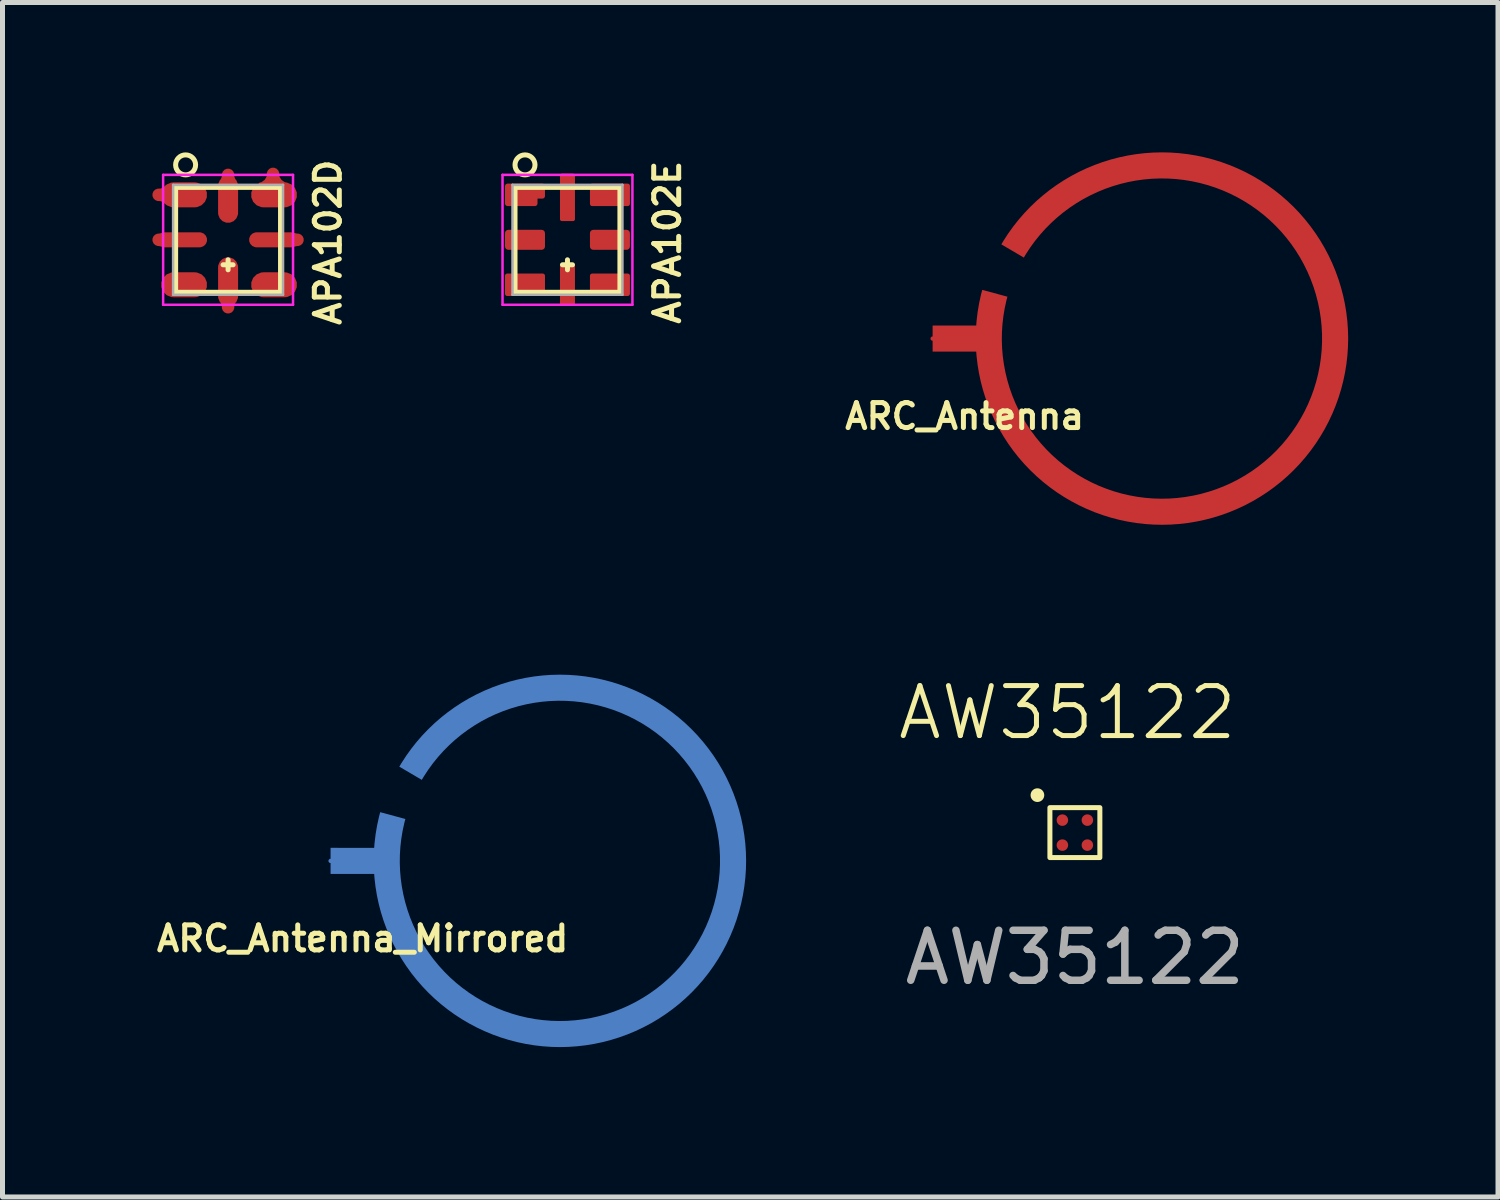
<source format=kicad_pcb>
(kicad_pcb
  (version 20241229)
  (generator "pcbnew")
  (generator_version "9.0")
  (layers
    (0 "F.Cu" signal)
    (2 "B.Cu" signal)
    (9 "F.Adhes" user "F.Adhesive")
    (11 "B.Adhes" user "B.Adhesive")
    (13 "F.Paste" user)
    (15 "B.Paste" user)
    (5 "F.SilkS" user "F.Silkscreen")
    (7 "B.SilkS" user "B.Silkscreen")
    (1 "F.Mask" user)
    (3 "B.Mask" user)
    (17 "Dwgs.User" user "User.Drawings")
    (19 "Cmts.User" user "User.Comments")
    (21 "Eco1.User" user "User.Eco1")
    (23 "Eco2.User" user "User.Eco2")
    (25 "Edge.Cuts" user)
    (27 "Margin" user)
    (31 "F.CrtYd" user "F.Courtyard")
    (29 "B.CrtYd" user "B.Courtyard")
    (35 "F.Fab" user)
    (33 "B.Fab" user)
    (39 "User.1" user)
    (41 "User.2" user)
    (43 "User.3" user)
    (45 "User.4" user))
  (footprint "APA102D"
    (layer "F.Cu")
    (at 1.515 1.75)
    (property "Reference" "APA102D" (at 2 0.05 90) (layer "F.SilkS") (effects (font (size 0.5 0.5) (thickness 0.1))))
    (attr smd)
    (fp_line (start -1.05 -1.05) (end -1.05 1.05) (stroke (width 0.1) (type solid)) (layer "F.SilkS"))
    (fp_line (start -1.05 1.05) (end 1.05 1.05) (stroke (width 0.1) (type solid)) (layer "F.SilkS"))
    (fp_line (start -0.1 0.5) (end 0.1 0.5) (stroke (width 0.1) (type solid)) (layer "F.SilkS"))
    (fp_line (start 0 0.4) (end 0 0.6) (stroke (width 0.1) (type solid)) (layer "F.SilkS"))
    (fp_line (start 1.05 -1.05) (end -1.05 -1.05) (stroke (width 0.1) (type solid)) (layer "F.SilkS"))
    (fp_line (start 1.05 1.05) (end 1.05 -1.05) (stroke (width 0.1) (type solid)) (layer "F.SilkS"))
    (fp_circle (center -0.85 -1.5) (end -0.65 -1.5) (stroke (width 0.1) (type solid)) (fill no) (layer "F.SilkS"))
    (fp_line (start -1.3 -1.3) (end 1.3 -1.3) (stroke (width 0.05) (type solid)) (layer "F.CrtYd"))
    (fp_line (start -1.3 1.3) (end -1.3 -1.3) (stroke (width 0.05) (type solid)) (layer "F.CrtYd"))
    (fp_line (start 1.3 -1.3) (end 1.3 1.3) (stroke (width 0.05) (type solid)) (layer "F.CrtYd"))
    (fp_line (start 1.3 1.3) (end -1.3 1.3) (stroke (width 0.05) (type solid)) (layer "F.CrtYd"))
    (fp_line (start -1.1 -1.1) (end -1.1 1.1) (stroke (width 0.05) (type solid)) (layer "F.Fab"))
    (fp_line (start -1.1 1.1) (end 1.1 1.1) (stroke (width 0.05) (type solid)) (layer "F.Fab"))
    (fp_line (start 1.1 -1.1) (end -1.1 -1.1) (stroke (width 0.05) (type solid)) (layer "F.Fab"))
    (fp_line (start 1.1 1.1) (end 1.1 -1.1) (stroke (width 0.05) (type solid)) (layer "F.Fab"))
    (pad "" smd custom (at -0.9 0.9) (size 0.3 0.5) (layers "F.Cu" "F.Mask" "F.Paste") (options (anchor rect)) (primitives (gr_line (start -0.19 0) (end 0.23 0) (width 0.5))))
    (pad "" smd custom (at 0.9 0.9) (size 0.3 0.5) (layers "F.Cu" "F.Mask" "F.Paste") (options (anchor rect)) (primitives (gr_line (start -0.19 0) (end 0.23 0) (width 0.5))))
    (pad "1" smd custom (at -0.88 -0.9) (size 0.3 0.5) (layers "F.Cu" "F.Mask" "F.Paste") (options (anchor rect)) (primitives (gr_line (start -0.21 0) (end 0.21 0) (width 0.5)) (gr_arc (start -0.48 0.1) (mid -0.41381 0.124464) (end -0.359191 0.169144) (width 0.05)) (gr_line (start -0.51 0) (end -0.42 0) (width 0.25)) (gr_arc (start -0.359191 -0.169144) (mid -0.41381 -0.124464) (end -0.48 -0.1) (width 0.05))))
    (pad "2" smd custom (at -0.9 0) (size 0.3 0.3) (layers "F.Cu" "F.Mask" "F.Paste") (options (anchor rect)) (primitives (gr_arc (start -0.430769 -0.111488) (mid -0.45997 -0.103608) (end -0.49 -0.1) (width 0.05)) (gr_line (start -0.49 0) (end -0.4 0) (width 0.25)) (gr_arc (start -0.49 0.1) (mid -0.453507 0.104967) (end -0.418441 0.116227) (width 0.05)) (gr_line (start -0.37 0) (end 0.33 0) (width 0.3))))
    (pad "3" smd custom (at 0 -0.8) (size 0.4 0.4) (layers "F.Cu" "F.Mask" "F.Paste") (options (anchor rect)) (primitives (gr_arc (start -0.1 -0.47) (mid -0.114834 -0.422762) (end -0.140138 -0.380204) (width 0.05)) (gr_arc (start 0.144771 -0.374355) (mid 0.116386 -0.419369) (end 0.1 -0.47) (width 0.05)) (gr_line (start 0 -0.5) (end 0 -0.41) (width 0.25)) (gr_line (start 0 -0.28) (end 0 0.26) (width 0.4))))
    (pad "4" smd custom (at 0 0.9) (size 0.4 0.4) (layers "F.Cu" "F.Mask" "F.Paste") (options (anchor rect)) (primitives (gr_line (start 0 0.23) (end 0 -0.35) (width 0.4)) (gr_arc (start 0.1 0.42) (mid 0.114834 0.372762) (end 0.140138 0.330204) (width 0.05)) (gr_line (start 0 0.45) (end 0 0.36) (width 0.25)) (gr_arc (start -0.144771 0.324355) (mid -0.116386 0.369369) (end -0.1 0.42) (width 0.05))))
    (pad "5" smd custom (at 0.9 0 180) (size 0.3 0.3) (layers "F.Cu" "F.Mask" "F.Paste") (options (anchor rect)) (primitives (gr_arc (start -0.430769 -0.111488) (mid -0.45997 -0.103608) (end -0.49 -0.1) (width 0.05)) (gr_line (start -0.49 0) (end -0.4 0) (width 0.25)) (gr_arc (start -0.49 0.1) (mid -0.453507 0.104967) (end -0.418441 0.116227) (width 0.05)) (gr_line (start -0.37 0) (end 0.33 0) (width 0.3))))
    (pad "6" smd custom (at 0.9 -0.9) (size 0.3 0.5) (layers "F.Cu" "F.Mask" "F.Paste") (options (anchor rect)) (primitives (gr_line (start 0 -0.195) (end 0 -0.125) (width 0.35)) (gr_arc (start 0.260401 -0.222058) (mid 0.155407 -0.282349) (end 0.1 -0.39) (width 0.05)) (gr_arc (start -0.1 -0.39) (mid -0.155407 -0.282349) (end -0.260401 -0.222058) (width 0.05)) (gr_line (start 0 -0.42) (end 0 -0.21) (width 0.25)) (gr_line (start -0.19 0) (end 0.23 0) (width 0.5)))))
  (footprint "ARC_Antenna_Mirrored"
    (layer "F.Cu")
    (at 3.567 14.181)
    (property "Reference" "ARC_Antenna_Mirrored" (at 0.64 1.555 0) (layer "F.SilkS") (effects (font (size 0.5 0.5) (thickness 0.1))))
    (attr smd exclude_from_bom)
    (pad "1" smd custom (at 0 0) (size 0.09 0.09) (layers "B.Cu") (options (anchor circle)) (primitives (gr_poly (pts (arc (start 1.375965 -1.886037) (mid 8.21719 0.850287) (end 0.87271 0.26)) (xy 0 0.26) (xy 0 -0.261) (arc (start 0.87271 -0.2608) (mid 0.915588 -0.62065) (end 0.99322 -0.974633)) (arc (start 1.495903 -0.83846) (mid 7.544789 1.240636) (end 1.82515 -1.622473))) (width 0.001) (fill yes)))))
  (footprint "AW35122"
    (layer "F.Cu")
    (at 18.464 13.615)
    (property "Reference" "AW35122" (at -0.15 -2.4 0) (unlocked yes) (layer "F.SilkS") (effects (font (size 1 1) (thickness 0.1))))
    (attr smd)
    (fp_rect (start -0.5 -0.5) (end 0.5 0.5) (stroke (width 0.1) (type default)) (fill no) (layer "F.SilkS"))
    (fp_circle (center -0.75 -0.75) (end -0.638 -0.75) (stroke (width 0.05) (type solid)) (fill yes) (layer "F.SilkS"))
    (fp_text user "${REFERENCE}" (at 0 2.5 0) (unlocked yes) (layer "F.Fab") (effects (font (size 1 1) (thickness 0.15))))
    (pad "A1" smd circle (at -0.25 -0.25) (size 0.23 0.23) (layers "F.Cu" "F.Mask" "F.Paste"))
    (pad "A2" smd circle (at 0.25 -0.25) (size 0.23 0.23) (layers "F.Cu" "F.Mask" "F.Paste"))
    (pad "B1" smd circle (at -0.25 0.25) (size 0.23 0.23) (layers "F.Cu" "F.Mask" "F.Paste"))
    (pad "B2" smd circle (at 0.25 0.25) (size 0.23 0.23) (layers "F.Cu" "F.Mask" "F.Paste")))
  (footprint "ARC_Antenna"
    (layer "F.Cu")
    (at 15.617 3.727)
    (property "Reference" "ARC_Antenna" (at 0.64 1.555 0) (layer "F.SilkS") (effects (font (size 0.5 0.5) (thickness 0.1))))
    (attr smd exclude_from_bom)
    (pad "1" smd custom (at 0 0) (size 0.09 0.09) (layers "F.Cu") (options (anchor circle)) (primitives (gr_poly (pts (arc (start 1.375965 -1.886037) (mid 8.21719 0.850287) (end 0.87271 0.26)) (xy 0 0.26) (xy 0 -0.261) (arc (start 0.87271 -0.2608) (mid 0.915588 -0.62065) (end 0.99322 -0.974633)) (arc (start 1.495903 -0.83846) (mid 7.544789 1.240636) (end 1.82515 -1.622473))) (width 0.001) (fill yes)))))
  (footprint "APA102E"
    (layer "F.Cu")
    (at 8.308 1.75)
    (property "Reference" "APA102E" (at 2 0.05 270) (layer "F.SilkS") (effects (font (size 0.5 0.5) (thickness 0.1))))
    (attr smd)
    (fp_line (start -1.05 -1.05) (end -1.05 1.05) (stroke (width 0.1) (type solid)) (layer "F.SilkS"))
    (fp_line (start -1.05 1.05) (end 1.05 1.05) (stroke (width 0.1) (type solid)) (layer "F.SilkS"))
    (fp_line (start -0.1 0.5) (end 0.1 0.5) (stroke (width 0.1) (type solid)) (layer "F.SilkS"))
    (fp_line (start 0 0.4) (end 0 0.6) (stroke (width 0.1) (type solid)) (layer "F.SilkS"))
    (fp_line (start 1.05 -1.05) (end -1.05 -1.05) (stroke (width 0.1) (type solid)) (layer "F.SilkS"))
    (fp_line (start 1.05 1.05) (end 1.05 -1.05) (stroke (width 0.1) (type solid)) (layer "F.SilkS"))
    (fp_circle (center -0.85 -1.5) (end -0.65 -1.5) (stroke (width 0.1) (type solid)) (fill no) (layer "F.SilkS"))
    (fp_line (start -1.3 -1.3) (end 1.3 -1.3) (stroke (width 0.05) (type solid)) (layer "F.CrtYd"))
    (fp_line (start -1.3 1.3) (end -1.3 -1.3) (stroke (width 0.05) (type solid)) (layer "F.CrtYd"))
    (fp_line (start 1.3 -1.3) (end 1.3 1.3) (stroke (width 0.05) (type solid)) (layer "F.CrtYd"))
    (fp_line (start 1.3 1.3) (end -1.3 1.3) (stroke (width 0.05) (type solid)) (layer "F.CrtYd"))
    (fp_line (start -1.1 -1.1) (end 1.1 -1.1) (stroke (width 0.05) (type solid)) (layer "F.Fab"))
    (fp_line (start -1.1 1.1) (end -1.1 -1.1) (stroke (width 0.05) (type solid)) (layer "F.Fab"))
    (fp_line (start 1.1 -1.1) (end 1.1 1.1) (stroke (width 0.05) (type solid)) (layer "F.Fab"))
    (fp_line (start 1.1 1.1) (end -1.1 1.1) (stroke (width 0.05) (type solid)) (layer "F.Fab"))
    (pad "" smd roundrect (at -0.85 0.9) (size 0.8 0.45) (layers "F.Cu" "F.Mask" "F.Paste") (roundrect_rratio 0.1))
    (pad "" smd roundrect (at 0.85 0.9) (size 0.8 0.45) (layers "F.Cu" "F.Mask" "F.Paste") (roundrect_rratio 0.1))
    (pad "1" smd custom (at -0.85 -0.9) (size 0.4 0.4) (layers "F.Cu" "F.Mask" "F.Paste") (options (anchor circle)) (primitives (gr_line (start -0.375 -0.175) (end -0.375 0.175) (width 0.05)) (gr_line (start 0.225 0.175) (end 0.225 0.05) (width 0.05)) (gr_line (start -0.35 0.2) (end 0.2 0.2) (width 0.05)) (gr_line (start 0.225 0.05) (end 0.35 0.05) (width 0.05)) (gr_line (start 0.375 0.025) (end 0.375 -0.175) (width 0.05)) (gr_arc (start 0.35 -0.2) (mid 0.367678 -0.192678) (end 0.375 -0.175) (width 0.05)) (gr_line (start 0.35 -0.2) (end -0.35 -0.2) (width 0.05)) (gr_arc (start -0.35 0.2) (mid -0.367678 0.192678) (end -0.375 0.175) (width 0.05)) (gr_arc (start -0.375 -0.175) (mid -0.367678 -0.192678) (end -0.35 -0.2) (width 0.05)) (gr_arc (start 0.375 0.025) (mid 0.367678 0.042678) (end 0.35 0.05) (width 0.05)) (gr_arc (start 0.225 0.175) (mid 0.217678 0.192678) (end 0.2 0.2) (width 0.05)) (gr_poly (pts (xy -0.375 -0.2) (xy 0.375 -0.2) (xy 0.375 0.05) (xy 0.225 0.05) (xy 0.225 0.2) (xy -0.375 0.2)) (width 0.01) (fill yes))))
    (pad "2" smd roundrect (at -0.85 0) (size 0.8 0.4) (layers "F.Cu" "F.Mask" "F.Paste") (roundrect_rratio 0.167))
    (pad "3" smd roundrect (at 0 -0.85) (size 0.3 0.95) (layers "F.Cu" "F.Mask" "F.Paste") (roundrect_rratio 0.125))
    (pad "4" smd roundrect (at 0 0.9) (size 0.3 0.85) (layers "F.Cu" "F.Mask" "F.Paste") (roundrect_rratio 0.125))
    (pad "5" smd roundrect (at 0.85 0 180) (size 0.8 0.4) (layers "F.Cu" "F.Mask" "F.Paste") (roundrect_rratio 0.167))
    (pad "6" smd roundrect (at 0.85 -0.9 180) (size 0.8 0.45) (layers "F.Cu" "F.Mask" "F.Paste") (roundrect_rratio 0.1)))
  (gr_rect
    (start -3 -3)
    (end 26.933 20.908)
    (stroke (width 0.1) (type default))
    (fill no)
    (layer "Edge.Cuts")))
</source>
